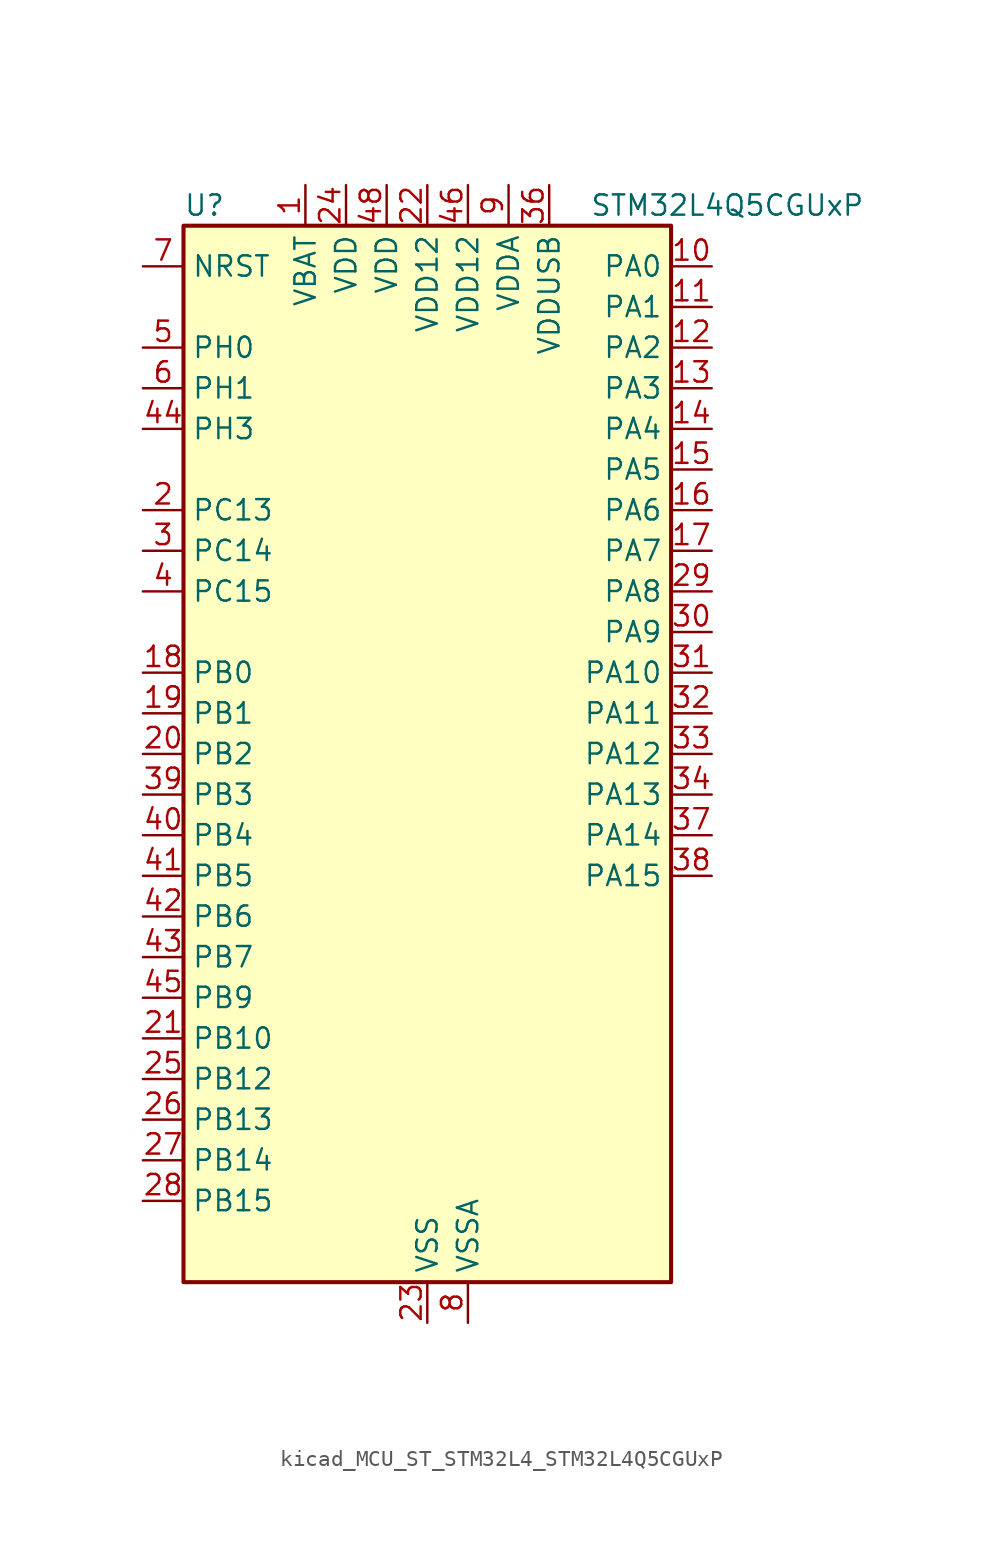
<source format=kicad_sym>
(kicad_symbol_lib
  (version 20220914)
  (generator kicad_symbol_editor)
  (symbol "kicad_MCU_ST_STM32L4_STM32L4Q5CGUxP"
    (property "Reference" "U"
      (at -15.24 34.29 0)
      (effects (font (size 1.27 1.27)) (justify left)))
    (property "Value" "STM32L4Q5CGUxP"
      (at 10.16 34.29 0)
      (effects (font (size 1.27 1.27)) (justify left)))
    (property "ki_locked" ""
      (at 0 0 0)
      (effects (font (size 1.27 1.27))))
    (symbol "kicad_MCU_ST_STM32L4_STM32L4Q5CGUxP_0_1"
      (rectangle (start -15.24 -33.02) (end 15.24 33.02) (stroke (width 0.254) (type default)) (fill (type background))))
    (symbol "kicad_MCU_ST_STM32L4_STM32L4Q5CGUxP_1_1"
      (pin power_in line (at -7.62 35.56 270) (length 2.54) (name "VBAT" (effects (font (size 1.27 1.27)))) (number "1" (effects (font (size 1.27 1.27)))))
      (pin bidirectional line (at 17.78 30.48 180) (length 2.54) (name "PA0" (effects (font (size 1.27 1.27)))) (number "10" (effects (font (size 1.27 1.27)))) (alternate "ADC1_IN5" bidirectional line) (alternate "ADC2_IN5" bidirectional line) (alternate "OPAMP1_VINP" bidirectional line) (alternate "RTC_TAMP2" bidirectional line) (alternate "SAI1_EXTCLK" bidirectional line) (alternate "SYS_WKUP1" bidirectional line) (alternate "TIM2_CH1" bidirectional line) (alternate "TIM2_ETR" bidirectional line) (alternate "TIM5_CH1" bidirectional line) (alternate "TIM8_ETR" bidirectional line) (alternate "UART4_TX" bidirectional line) (alternate "USART2_CTS" bidirectional line) (alternate "USART2_NSS" bidirectional line))
      (pin bidirectional line (at 17.78 27.94 180) (length 2.54) (name "PA1" (effects (font (size 1.27 1.27)))) (number "11" (effects (font (size 1.27 1.27)))) (alternate "ADC1_IN6" bidirectional line) (alternate "ADC2_IN6" bidirectional line) (alternate "I2C1_SMBA" bidirectional line) (alternate "OCTOSPIM_P1_DQS" bidirectional line) (alternate "OPAMP1_VINM" bidirectional line) (alternate "SDMMC2_CMD" bidirectional line) (alternate "SPI1_SCK" bidirectional line) (alternate "TIM15_CH1N" bidirectional line) (alternate "TIM2_CH2" bidirectional line) (alternate "TIM5_CH2" bidirectional line) (alternate "UART4_RX" bidirectional line) (alternate "USART2_DE" bidirectional line) (alternate "USART2_RTS" bidirectional line))
      (pin bidirectional line (at 17.78 25.4 180) (length 2.54) (name "PA2" (effects (font (size 1.27 1.27)))) (number "12" (effects (font (size 1.27 1.27)))) (alternate "ADC1_IN7" bidirectional line) (alternate "ADC2_IN7" bidirectional line) (alternate "LPUART1_TX" bidirectional line) (alternate "OCTOSPIM_P1_NCS" bidirectional line) (alternate "RCC_LSCO" bidirectional line) (alternate "SAI2_EXTCLK" bidirectional line) (alternate "SYS_WKUP4" bidirectional line) (alternate "TIM15_CH1" bidirectional line) (alternate "TIM2_CH3" bidirectional line) (alternate "TIM5_CH3" bidirectional line) (alternate "USART2_TX" bidirectional line))
      (pin bidirectional line (at 17.78 22.86 180) (length 2.54) (name "PA3" (effects (font (size 1.27 1.27)))) (number "13" (effects (font (size 1.27 1.27)))) (alternate "ADC1_IN8" bidirectional line) (alternate "ADC2_IN8" bidirectional line) (alternate "LPUART1_RX" bidirectional line) (alternate "OCTOSPIM_P1_CLK" bidirectional line) (alternate "OPAMP1_VOUT" bidirectional line) (alternate "SAI1_CK1" bidirectional line) (alternate "SAI1_MCLK_A" bidirectional line) (alternate "TIM15_CH2" bidirectional line) (alternate "TIM2_CH4" bidirectional line) (alternate "TIM5_CH4" bidirectional line) (alternate "USART2_RX" bidirectional line))
      (pin bidirectional line (at 17.78 20.32 180) (length 2.54) (name "PA4" (effects (font (size 1.27 1.27)))) (number "14" (effects (font (size 1.27 1.27)))) (alternate "ADC1_IN9" bidirectional line) (alternate "ADC2_IN9" bidirectional line) (alternate "DAC1_OUT1" bidirectional line) (alternate "LPTIM2_OUT" bidirectional line) (alternate "LTDC_CLK" bidirectional line) (alternate "OCTOSPIM_P1_NCS" bidirectional line) (alternate "SAI1_FS_B" bidirectional line) (alternate "SPI1_NSS" bidirectional line) (alternate "SPI3_NSS" bidirectional line) (alternate "USART2_CK" bidirectional line))
      (pin bidirectional line (at 17.78 17.78 180) (length 2.54) (name "PA5" (effects (font (size 1.27 1.27)))) (number "15" (effects (font (size 1.27 1.27)))) (alternate "ADC1_IN10" bidirectional line) (alternate "ADC2_IN10" bidirectional line) (alternate "DAC1_OUT2" bidirectional line) (alternate "LPTIM2_ETR" bidirectional line) (alternate "LTDC_R7" bidirectional line) (alternate "SPI1_SCK" bidirectional line) (alternate "TIM2_CH1" bidirectional line) (alternate "TIM2_ETR" bidirectional line) (alternate "TIM8_CH1N" bidirectional line))
      (pin bidirectional line (at 17.78 15.24 180) (length 2.54) (name "PA6" (effects (font (size 1.27 1.27)))) (number "16" (effects (font (size 1.27 1.27)))) (alternate "ADC1_IN11" bidirectional line) (alternate "ADC2_IN11" bidirectional line) (alternate "LPUART1_CTS" bidirectional line) (alternate "OCTOSPIM_P1_IO3" bidirectional line) (alternate "OPAMP2_VINP" bidirectional line) (alternate "SPI1_MISO" bidirectional line) (alternate "TIM16_CH1" bidirectional line) (alternate "TIM1_BKIN" bidirectional line) (alternate "TIM3_CH1" bidirectional line) (alternate "TIM8_BKIN" bidirectional line) (alternate "USART3_CTS" bidirectional line) (alternate "USART3_NSS" bidirectional line))
      (pin bidirectional line (at 17.78 12.7 180) (length 2.54) (name "PA7" (effects (font (size 1.27 1.27)))) (number "17" (effects (font (size 1.27 1.27)))) (alternate "ADC1_IN12" bidirectional line) (alternate "ADC2_IN12" bidirectional line) (alternate "I2C3_SCL" bidirectional line) (alternate "OCTOSPIM_P1_IO2" bidirectional line) (alternate "OPAMP2_VINM" bidirectional line) (alternate "SPI1_MOSI" bidirectional line) (alternate "TIM17_CH1" bidirectional line) (alternate "TIM1_CH1N" bidirectional line) (alternate "TIM3_CH2" bidirectional line) (alternate "TIM8_CH1N" bidirectional line))
      (pin bidirectional line (at -17.78 5.08 0) (length 2.54) (name "PB0" (effects (font (size 1.27 1.27)))) (number "18" (effects (font (size 1.27 1.27)))) (alternate "ADC1_IN15" bidirectional line) (alternate "ADC2_IN15" bidirectional line) (alternate "COMP1_OUT" bidirectional line) (alternate "LTDC_B6" bidirectional line) (alternate "OCTOSPIM_P1_IO1" bidirectional line) (alternate "OPAMP2_VOUT" bidirectional line) (alternate "SAI1_EXTCLK" bidirectional line) (alternate "SPI1_NSS" bidirectional line) (alternate "TIM1_CH2N" bidirectional line) (alternate "TIM3_CH3" bidirectional line) (alternate "TIM8_CH2N" bidirectional line) (alternate "USART3_CK" bidirectional line))
      (pin bidirectional line (at -17.78 2.54 0) (length 2.54) (name "PB1" (effects (font (size 1.27 1.27)))) (number "19" (effects (font (size 1.27 1.27)))) (alternate "ADC1_IN16" bidirectional line) (alternate "ADC2_IN16" bidirectional line) (alternate "COMP1_INM" bidirectional line) (alternate "DFSDM1_DATIN0" bidirectional line) (alternate "LPTIM2_IN1" bidirectional line) (alternate "LPUART1_DE" bidirectional line) (alternate "LPUART1_RTS" bidirectional line) (alternate "LTDC_G6" bidirectional line) (alternate "OCTOSPIM_P1_IO0" bidirectional line) (alternate "TIM1_CH3N" bidirectional line) (alternate "TIM3_CH4" bidirectional line) (alternate "TIM8_CH3N" bidirectional line) (alternate "USART3_DE" bidirectional line) (alternate "USART3_RTS" bidirectional line))
      (pin bidirectional line (at -17.78 15.24 0) (length 2.54) (name "PC13" (effects (font (size 1.27 1.27)))) (number "2" (effects (font (size 1.27 1.27)))) (alternate "RTC_OUT1" bidirectional line) (alternate "RTC_TAMP1" bidirectional line) (alternate "RTC_TS" bidirectional line) (alternate "SYS_WKUP2" bidirectional line))
      (pin bidirectional line (at -17.78 0 0) (length 2.54) (name "PB2" (effects (font (size 1.27 1.27)))) (number "20" (effects (font (size 1.27 1.27)))) (alternate "COMP1_INP" bidirectional line) (alternate "DFSDM1_CKIN0" bidirectional line) (alternate "I2C3_SMBA" bidirectional line) (alternate "LPTIM1_OUT" bidirectional line) (alternate "OCTOSPIM_P1_DQS" bidirectional line) (alternate "RTC_OUT2" bidirectional line))
      (pin bidirectional line (at -17.78 -17.78 0) (length 2.54) (name "PB10" (effects (font (size 1.27 1.27)))) (number "21" (effects (font (size 1.27 1.27)))) (alternate "COMP1_OUT" bidirectional line) (alternate "I2C2_SCL" bidirectional line) (alternate "I2C4_SCL" bidirectional line) (alternate "LPUART1_RX" bidirectional line) (alternate "OCTOSPIM_P1_CLK" bidirectional line) (alternate "OCTOSPIM_P1_IO3" bidirectional line) (alternate "SAI1_SCK_A" bidirectional line) (alternate "SPI2_SCK" bidirectional line) (alternate "TIM2_CH3" bidirectional line) (alternate "TSC_SYNC" bidirectional line) (alternate "USART3_TX" bidirectional line))
      (pin power_in line (at 0 35.56 270) (length 2.54) (name "VDD12" (effects (font (size 1.27 1.27)))) (number "22" (effects (font (size 1.27 1.27)))))
      (pin power_in line (at 0 -35.56 90) (length 2.54) (name "VSS" (effects (font (size 1.27 1.27)))) (number "23" (effects (font (size 1.27 1.27)))))
      (pin power_in line (at -5.08 35.56 270) (length 2.54) (name "VDD" (effects (font (size 1.27 1.27)))) (number "24" (effects (font (size 1.27 1.27)))))
      (pin bidirectional line (at -17.78 -20.32 0) (length 2.54) (name "PB12" (effects (font (size 1.27 1.27)))) (number "25" (effects (font (size 1.27 1.27)))) (alternate "DFSDM1_DATIN1" bidirectional line) (alternate "I2C2_SMBA" bidirectional line) (alternate "LPUART1_DE" bidirectional line) (alternate "LPUART1_RTS" bidirectional line) (alternate "OCTOSPIM_P1_NCLK" bidirectional line) (alternate "SAI2_FS_A" bidirectional line) (alternate "SDMMC2_CK" bidirectional line) (alternate "SPI2_NSS" bidirectional line) (alternate "TIM15_BKIN" bidirectional line) (alternate "TIM1_BKIN" bidirectional line) (alternate "TSC_G1_IO1" bidirectional line) (alternate "USART3_CK" bidirectional line))
      (pin bidirectional line (at -17.78 -22.86 0) (length 2.54) (name "PB13" (effects (font (size 1.27 1.27)))) (number "26" (effects (font (size 1.27 1.27)))) (alternate "DFSDM1_CKIN1" bidirectional line) (alternate "I2C2_SCL" bidirectional line) (alternate "LPUART1_CTS" bidirectional line) (alternate "OCTOSPIM_P1_IO1" bidirectional line) (alternate "SAI2_SCK_A" bidirectional line) (alternate "SPI2_SCK" bidirectional line) (alternate "TIM15_CH1N" bidirectional line) (alternate "TIM1_CH1N" bidirectional line) (alternate "TSC_G1_IO2" bidirectional line) (alternate "USART3_CTS" bidirectional line) (alternate "USART3_NSS" bidirectional line))
      (pin bidirectional line (at -17.78 -25.4 0) (length 2.54) (name "PB14" (effects (font (size 1.27 1.27)))) (number "27" (effects (font (size 1.27 1.27)))) (alternate "DFSDM1_DATIN2" bidirectional line) (alternate "I2C2_SDA" bidirectional line) (alternate "OCTOSPIM_P1_IO6" bidirectional line) (alternate "SAI2_MCLK_A" bidirectional line) (alternate "SDMMC2_D0" bidirectional line) (alternate "SPI2_MISO" bidirectional line) (alternate "TIM15_CH1" bidirectional line) (alternate "TIM1_CH2N" bidirectional line) (alternate "TIM8_CH2N" bidirectional line) (alternate "TSC_G1_IO3" bidirectional line) (alternate "USART3_DE" bidirectional line) (alternate "USART3_RTS" bidirectional line))
      (pin bidirectional line (at -17.78 -27.94 0) (length 2.54) (name "PB15" (effects (font (size 1.27 1.27)))) (number "28" (effects (font (size 1.27 1.27)))) (alternate "ADC1_EXTI15" bidirectional line) (alternate "ADC2_EXTI15" bidirectional line) (alternate "DFSDM1_CKIN2" bidirectional line) (alternate "OCTOSPIM_P1_IO7" bidirectional line) (alternate "RTC_REFIN" bidirectional line) (alternate "SAI2_SD_A" bidirectional line) (alternate "SDMMC2_D1" bidirectional line) (alternate "SPI2_MOSI" bidirectional line) (alternate "TIM15_CH2" bidirectional line) (alternate "TIM1_CH3N" bidirectional line) (alternate "TIM8_CH3N" bidirectional line) (alternate "TSC_G1_IO4" bidirectional line))
      (pin bidirectional line (at 17.78 10.16 180) (length 2.54) (name "PA8" (effects (font (size 1.27 1.27)))) (number "29" (effects (font (size 1.27 1.27)))) (alternate "LPTIM2_OUT" bidirectional line) (alternate "LTDC_B7" bidirectional line) (alternate "RCC_MCO" bidirectional line) (alternate "SAI1_CK2" bidirectional line) (alternate "SAI1_SCK_A" bidirectional line) (alternate "TIM1_CH1" bidirectional line) (alternate "USART1_CK" bidirectional line) (alternate "USB_OTG_FS_SOF" bidirectional line))
      (pin bidirectional line (at -17.78 12.7 0) (length 2.54) (name "PC14" (effects (font (size 1.27 1.27)))) (number "3" (effects (font (size 1.27 1.27)))) (alternate "RCC_OSC32_IN" bidirectional line))
      (pin bidirectional line (at 17.78 7.62 180) (length 2.54) (name "PA9" (effects (font (size 1.27 1.27)))) (number "30" (effects (font (size 1.27 1.27)))) (alternate "DAC1_EXTI9" bidirectional line) (alternate "LTDC_G7" bidirectional line) (alternate "SAI1_FS_A" bidirectional line) (alternate "SPI2_SCK" bidirectional line) (alternate "TIM15_BKIN" bidirectional line) (alternate "TIM1_CH2" bidirectional line) (alternate "USART1_TX" bidirectional line) (alternate "USB_OTG_FS_VBUS" bidirectional line))
      (pin bidirectional line (at 17.78 5.08 180) (length 2.54) (name "PA10" (effects (font (size 1.27 1.27)))) (number "31" (effects (font (size 1.27 1.27)))) (alternate "LTDC_G6" bidirectional line) (alternate "SAI1_D1" bidirectional line) (alternate "SAI1_SD_A" bidirectional line) (alternate "TIM17_BKIN" bidirectional line) (alternate "TIM1_CH3" bidirectional line) (alternate "USART1_RX" bidirectional line) (alternate "USB_OTG_FS_ID" bidirectional line))
      (pin bidirectional line (at 17.78 2.54 180) (length 2.54) (name "PA11" (effects (font (size 1.27 1.27)))) (number "32" (effects (font (size 1.27 1.27)))) (alternate "ADC1_EXTI11" bidirectional line) (alternate "ADC2_EXTI11" bidirectional line) (alternate "CAN1_RX" bidirectional line) (alternate "LTDC_DE" bidirectional line) (alternate "SPI1_MISO" bidirectional line) (alternate "TIM1_BKIN2" bidirectional line) (alternate "TIM1_CH4" bidirectional line) (alternate "USART1_CTS" bidirectional line) (alternate "USART1_NSS" bidirectional line) (alternate "USB_OTG_FS_DM" bidirectional line))
      (pin bidirectional line (at 17.78 0 180) (length 2.54) (name "PA12" (effects (font (size 1.27 1.27)))) (number "33" (effects (font (size 1.27 1.27)))) (alternate "CAN1_TX" bidirectional line) (alternate "LTDC_VSYNC" bidirectional line) (alternate "OCTOSPIM_P2_NCS" bidirectional line) (alternate "SPI1_MOSI" bidirectional line) (alternate "TIM1_ETR" bidirectional line) (alternate "USART1_DE" bidirectional line) (alternate "USART1_RTS" bidirectional line) (alternate "USB_OTG_FS_DP" bidirectional line))
      (pin bidirectional line (at 17.78 -2.54 180) (length 2.54) (name "PA13" (effects (font (size 1.27 1.27)))) (number "34" (effects (font (size 1.27 1.27)))) (alternate "IR_OUT" bidirectional line) (alternate "SAI1_SD_B" bidirectional line) (alternate "SYS_JTMS-SWDIO" bidirectional line) (alternate "USB_OTG_FS_NOE" bidirectional line))
      (pin passive line (at 0 -35.56 90) (length 2.54) hide (name "VSS" (effects (font (size 1.27 1.27)))) (number "35" (effects (font (size 1.27 1.27)))))
      (pin power_in line (at 7.62 35.56 270) (length 2.54) (name "VDDUSB" (effects (font (size 1.27 1.27)))) (number "36" (effects (font (size 1.27 1.27)))))
      (pin bidirectional line (at 17.78 -5.08 180) (length 2.54) (name "PA14" (effects (font (size 1.27 1.27)))) (number "37" (effects (font (size 1.27 1.27)))) (alternate "I2C1_SMBA" bidirectional line) (alternate "I2C4_SMBA" bidirectional line) (alternate "LPTIM1_OUT" bidirectional line) (alternate "SAI1_FS_B" bidirectional line) (alternate "SYS_JTCK-SWCLK" bidirectional line) (alternate "USB_OTG_FS_SOF" bidirectional line))
      (pin bidirectional line (at 17.78 -7.62 180) (length 2.54) (name "PA15" (effects (font (size 1.27 1.27)))) (number "38" (effects (font (size 1.27 1.27)))) (alternate "ADC1_EXTI15" bidirectional line) (alternate "ADC2_EXTI15" bidirectional line) (alternate "LTDC_HSYNC" bidirectional line) (alternate "SAI2_FS_B" bidirectional line) (alternate "SPI1_NSS" bidirectional line) (alternate "SPI3_NSS" bidirectional line) (alternate "SYS_JTDI" bidirectional line) (alternate "TIM2_CH1" bidirectional line) (alternate "TIM2_ETR" bidirectional line) (alternate "TSC_G3_IO1" bidirectional line) (alternate "UART4_DE" bidirectional line) (alternate "UART4_RTS" bidirectional line) (alternate "USART2_RX" bidirectional line) (alternate "USART3_DE" bidirectional line) (alternate "USART3_RTS" bidirectional line))
      (pin bidirectional line (at -17.78 -2.54 0) (length 2.54) (name "PB3" (effects (font (size 1.27 1.27)))) (number "39" (effects (font (size 1.27 1.27)))) (alternate "COMP2_INM" bidirectional line) (alternate "CRS_SYNC" bidirectional line) (alternate "OCTOSPIM_P1_IO4" bidirectional line) (alternate "SAI1_SCK_B" bidirectional line) (alternate "SDMMC2_D2" bidirectional line) (alternate "SPI1_SCK" bidirectional line) (alternate "SPI3_SCK" bidirectional line) (alternate "SYS_JTDO-SWO" bidirectional line) (alternate "TIM2_CH2" bidirectional line) (alternate "USART1_DE" bidirectional line) (alternate "USART1_RTS" bidirectional line))
      (pin bidirectional line (at -17.78 10.16 0) (length 2.54) (name "PC15" (effects (font (size 1.27 1.27)))) (number "4" (effects (font (size 1.27 1.27)))) (alternate "ADC1_EXTI15" bidirectional line) (alternate "ADC2_EXTI15" bidirectional line) (alternate "RCC_OSC32_OUT" bidirectional line))
      (pin bidirectional line (at -17.78 -5.08 0) (length 2.54) (name "PB4" (effects (font (size 1.27 1.27)))) (number "40" (effects (font (size 1.27 1.27)))) (alternate "COMP2_INP" bidirectional line) (alternate "I2C3_SDA" bidirectional line) (alternate "OCTOSPIM_P1_IO5" bidirectional line) (alternate "SAI1_MCLK_B" bidirectional line) (alternate "SDMMC2_D3" bidirectional line) (alternate "SPI1_MISO" bidirectional line) (alternate "SPI3_MISO" bidirectional line) (alternate "SYS_JTRST" bidirectional line) (alternate "TIM17_BKIN" bidirectional line) (alternate "TIM3_CH1" bidirectional line) (alternate "TSC_G2_IO1" bidirectional line) (alternate "USART1_CTS" bidirectional line) (alternate "USART1_NSS" bidirectional line))
      (pin bidirectional line (at -17.78 -7.62 0) (length 2.54) (name "PB5" (effects (font (size 1.27 1.27)))) (number "41" (effects (font (size 1.27 1.27)))) (alternate "COMP2_OUT" bidirectional line) (alternate "I2C1_SMBA" bidirectional line) (alternate "LPTIM1_IN1" bidirectional line) (alternate "OCTOSPIM_P1_IO0" bidirectional line) (alternate "SAI1_SD_B" bidirectional line) (alternate "SPI1_MOSI" bidirectional line) (alternate "SPI3_MOSI" bidirectional line) (alternate "TIM16_BKIN" bidirectional line) (alternate "TIM3_CH2" bidirectional line) (alternate "TSC_G2_IO2" bidirectional line) (alternate "USART1_CK" bidirectional line))
      (pin bidirectional line (at -17.78 -10.16 0) (length 2.54) (name "PB6" (effects (font (size 1.27 1.27)))) (number "42" (effects (font (size 1.27 1.27)))) (alternate "COMP2_INP" bidirectional line) (alternate "I2C1_SCL" bidirectional line) (alternate "I2C4_SCL" bidirectional line) (alternate "LPTIM1_ETR" bidirectional line) (alternate "LTDC_R6" bidirectional line) (alternate "SAI1_FS_B" bidirectional line) (alternate "TIM16_CH1N" bidirectional line) (alternate "TIM4_CH1" bidirectional line) (alternate "TIM8_BKIN2" bidirectional line) (alternate "TSC_G2_IO3" bidirectional line) (alternate "USART1_TX" bidirectional line))
      (pin bidirectional line (at -17.78 -12.7 0) (length 2.54) (name "PB7" (effects (font (size 1.27 1.27)))) (number "43" (effects (font (size 1.27 1.27)))) (alternate "COMP2_INM" bidirectional line) (alternate "I2C1_SDA" bidirectional line) (alternate "I2C4_SDA" bidirectional line) (alternate "LPTIM1_IN2" bidirectional line) (alternate "LTDC_VSYNC" bidirectional line) (alternate "SYS_PVD_IN" bidirectional line) (alternate "TIM17_CH1N" bidirectional line) (alternate "TIM4_CH2" bidirectional line) (alternate "TIM8_BKIN" bidirectional line) (alternate "TSC_G2_IO4" bidirectional line) (alternate "UART4_CTS" bidirectional line) (alternate "USART1_RX" bidirectional line))
      (pin bidirectional line (at -17.78 20.32 0) (length 2.54) (name "PH3" (effects (font (size 1.27 1.27)))) (number "44" (effects (font (size 1.27 1.27)))))
      (pin bidirectional line (at -17.78 -15.24 0) (length 2.54) (name "PB9" (effects (font (size 1.27 1.27)))) (number "45" (effects (font (size 1.27 1.27)))) (alternate "CAN1_TX" bidirectional line) (alternate "DAC1_EXTI9" bidirectional line) (alternate "I2C1_SDA" bidirectional line) (alternate "IR_OUT" bidirectional line) (alternate "SAI1_D2" bidirectional line) (alternate "SAI1_FS_A" bidirectional line) (alternate "SDMMC2_D5" bidirectional line) (alternate "SPI2_NSS" bidirectional line) (alternate "TIM17_CH1" bidirectional line) (alternate "TIM4_CH4" bidirectional line))
      (pin power_in line (at 2.54 35.56 270) (length 2.54) (name "VDD12" (effects (font (size 1.27 1.27)))) (number "46" (effects (font (size 1.27 1.27)))))
      (pin passive line (at 0 -35.56 90) (length 2.54) hide (name "VSS" (effects (font (size 1.27 1.27)))) (number "47" (effects (font (size 1.27 1.27)))))
      (pin power_in line (at -2.54 35.56 270) (length 2.54) (name "VDD" (effects (font (size 1.27 1.27)))) (number "48" (effects (font (size 1.27 1.27)))))
      (pin passive line (at 0 -35.56 90) (length 2.54) hide (name "VSS" (effects (font (size 1.27 1.27)))) (number "49" (effects (font (size 1.27 1.27)))))
      (pin bidirectional line (at -17.78 25.4 0) (length 2.54) (name "PH0" (effects (font (size 1.27 1.27)))) (number "5" (effects (font (size 1.27 1.27)))) (alternate "RCC_OSC_IN" bidirectional line))
      (pin bidirectional line (at -17.78 22.86 0) (length 2.54) (name "PH1" (effects (font (size 1.27 1.27)))) (number "6" (effects (font (size 1.27 1.27)))) (alternate "RCC_OSC_OUT" bidirectional line))
      (pin input line (at -17.78 30.48 0) (length 2.54) (name "NRST" (effects (font (size 1.27 1.27)))) (number "7" (effects (font (size 1.27 1.27)))))
      (pin power_in line (at 2.54 -35.56 90) (length 2.54) (name "VSSA" (effects (font (size 1.27 1.27)))) (number "8" (effects (font (size 1.27 1.27)))))
      (pin power_in line (at 5.08 35.56 270) (length 2.54) (name "VDDA" (effects (font (size 1.27 1.27)))) (number "9" (effects (font (size 1.27 1.27))))))))
</source>
